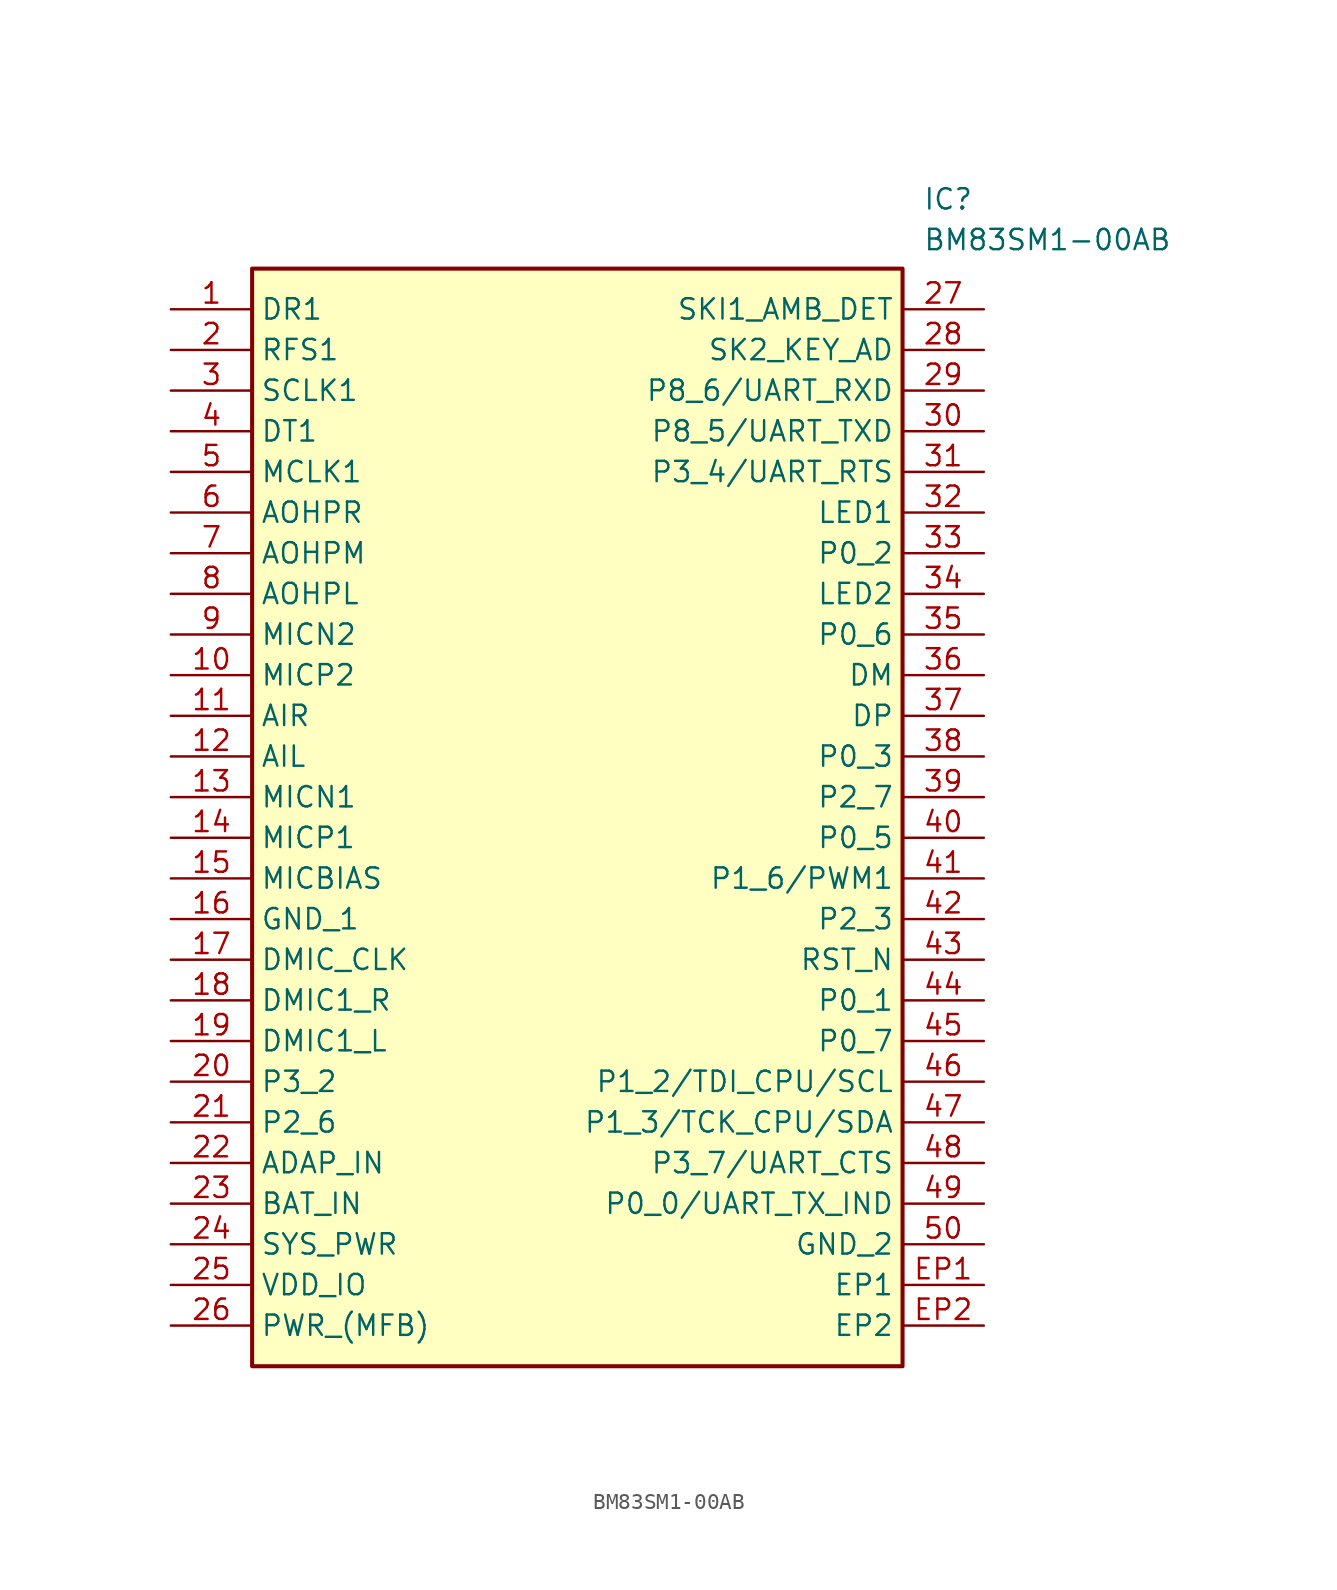
<source format=kicad_sym>
(kicad_symbol_lib
  (version 20211014)
  (generator SamacSys_ECAD_Model)
  (symbol "BM83SM1-00AB"
    (property "Reference" "IC"
      (at 46.99 7.62 0)
      (effects (font (size 1.27 1.27)) (justify left top)))
    (property "Value" "BM83SM1-00AB"
      (at 46.99 5.08 0)
      (effects (font (size 1.27 1.27)) (justify left top)))
    (rectangle
      (start 5.08 2.54)
      (end 45.72 -66.04)
      (stroke (width 0.254) (type default))
      (fill (type background)))
    (pin passive line
      (at 0 0 0)
      (length 5.08)
      (name "DR1" (effects (font (size 1.27 1.27))))
      (number "1" (effects (font (size 1.27 1.27)))))
    (pin passive line
      (at 0 -2.54 0)
      (length 5.08)
      (name "RFS1" (effects (font (size 1.27 1.27))))
      (number "2" (effects (font (size 1.27 1.27)))))
    (pin passive line
      (at 0 -5.08 0)
      (length 5.08)
      (name "SCLK1" (effects (font (size 1.27 1.27))))
      (number "3" (effects (font (size 1.27 1.27)))))
    (pin passive line
      (at 0 -7.62 0)
      (length 5.08)
      (name "DT1" (effects (font (size 1.27 1.27))))
      (number "4" (effects (font (size 1.27 1.27)))))
    (pin passive line
      (at 0 -10.16 0)
      (length 5.08)
      (name "MCLK1" (effects (font (size 1.27 1.27))))
      (number "5" (effects (font (size 1.27 1.27)))))
    (pin passive line
      (at 0 -12.7 0)
      (length 5.08)
      (name "AOHPR" (effects (font (size 1.27 1.27))))
      (number "6" (effects (font (size 1.27 1.27)))))
    (pin passive line
      (at 0 -15.24 0)
      (length 5.08)
      (name "AOHPM" (effects (font (size 1.27 1.27))))
      (number "7" (effects (font (size 1.27 1.27)))))
    (pin passive line
      (at 0 -17.78 0)
      (length 5.08)
      (name "AOHPL" (effects (font (size 1.27 1.27))))
      (number "8" (effects (font (size 1.27 1.27)))))
    (pin passive line
      (at 0 -20.32 0)
      (length 5.08)
      (name "MICN2" (effects (font (size 1.27 1.27))))
      (number "9" (effects (font (size 1.27 1.27)))))
    (pin passive line
      (at 0 -22.86 0)
      (length 5.08)
      (name "MICP2" (effects (font (size 1.27 1.27))))
      (number "10" (effects (font (size 1.27 1.27)))))
    (pin passive line
      (at 0 -25.4 0)
      (length 5.08)
      (name "AIR" (effects (font (size 1.27 1.27))))
      (number "11" (effects (font (size 1.27 1.27)))))
    (pin passive line
      (at 0 -27.94 0)
      (length 5.08)
      (name "AIL" (effects (font (size 1.27 1.27))))
      (number "12" (effects (font (size 1.27 1.27)))))
    (pin passive line
      (at 0 -30.48 0)
      (length 5.08)
      (name "MICN1" (effects (font (size 1.27 1.27))))
      (number "13" (effects (font (size 1.27 1.27)))))
    (pin passive line
      (at 0 -33.02 0)
      (length 5.08)
      (name "MICP1" (effects (font (size 1.27 1.27))))
      (number "14" (effects (font (size 1.27 1.27)))))
    (pin passive line
      (at 0 -35.56 0)
      (length 5.08)
      (name "MICBIAS" (effects (font (size 1.27 1.27))))
      (number "15" (effects (font (size 1.27 1.27)))))
    (pin passive line
      (at 0 -38.1 0)
      (length 5.08)
      (name "GND_1" (effects (font (size 1.27 1.27))))
      (number "16" (effects (font (size 1.27 1.27)))))
    (pin passive line
      (at 0 -40.64 0)
      (length 5.08)
      (name "DMIC_CLK" (effects (font (size 1.27 1.27))))
      (number "17" (effects (font (size 1.27 1.27)))))
    (pin passive line
      (at 0 -43.18 0)
      (length 5.08)
      (name "DMIC1_R" (effects (font (size 1.27 1.27))))
      (number "18" (effects (font (size 1.27 1.27)))))
    (pin passive line
      (at 0 -45.72 0)
      (length 5.08)
      (name "DMIC1_L" (effects (font (size 1.27 1.27))))
      (number "19" (effects (font (size 1.27 1.27)))))
    (pin passive line
      (at 0 -48.26 0)
      (length 5.08)
      (name "P3_2" (effects (font (size 1.27 1.27))))
      (number "20" (effects (font (size 1.27 1.27)))))
    (pin passive line
      (at 0 -50.8 0)
      (length 5.08)
      (name "P2_6" (effects (font (size 1.27 1.27))))
      (number "21" (effects (font (size 1.27 1.27)))))
    (pin passive line
      (at 0 -53.34 0)
      (length 5.08)
      (name "ADAP_IN" (effects (font (size 1.27 1.27))))
      (number "22" (effects (font (size 1.27 1.27)))))
    (pin passive line
      (at 0 -55.88 0)
      (length 5.08)
      (name "BAT_IN" (effects (font (size 1.27 1.27))))
      (number "23" (effects (font (size 1.27 1.27)))))
    (pin passive line
      (at 0 -58.42 0)
      (length 5.08)
      (name "SYS_PWR" (effects (font (size 1.27 1.27))))
      (number "24" (effects (font (size 1.27 1.27)))))
    (pin passive line
      (at 0 -60.96 0)
      (length 5.08)
      (name "VDD_IO" (effects (font (size 1.27 1.27))))
      (number "25" (effects (font (size 1.27 1.27)))))
    (pin passive line
      (at 0 -63.5 0)
      (length 5.08)
      (name "PWR_(MFB)" (effects (font (size 1.27 1.27))))
      (number "26" (effects (font (size 1.27 1.27)))))
    (pin passive line
      (at 50.8 0 180)
      (length 5.08)
      (name "SKI1_AMB_DET" (effects (font (size 1.27 1.27))))
      (number "27" (effects (font (size 1.27 1.27)))))
    (pin passive line
      (at 50.8 -2.54 180)
      (length 5.08)
      (name "SK2_KEY_AD" (effects (font (size 1.27 1.27))))
      (number "28" (effects (font (size 1.27 1.27)))))
    (pin passive line
      (at 50.8 -5.08 180)
      (length 5.08)
      (name "P8_6/UART_RXD" (effects (font (size 1.27 1.27))))
      (number "29" (effects (font (size 1.27 1.27)))))
    (pin passive line
      (at 50.8 -7.62 180)
      (length 5.08)
      (name "P8_5/UART_TXD" (effects (font (size 1.27 1.27))))
      (number "30" (effects (font (size 1.27 1.27)))))
    (pin passive line
      (at 50.8 -10.16 180)
      (length 5.08)
      (name "P3_4/UART_RTS" (effects (font (size 1.27 1.27))))
      (number "31" (effects (font (size 1.27 1.27)))))
    (pin passive line
      (at 50.8 -12.7 180)
      (length 5.08)
      (name "LED1" (effects (font (size 1.27 1.27))))
      (number "32" (effects (font (size 1.27 1.27)))))
    (pin passive line
      (at 50.8 -15.24 180)
      (length 5.08)
      (name "P0_2" (effects (font (size 1.27 1.27))))
      (number "33" (effects (font (size 1.27 1.27)))))
    (pin passive line
      (at 50.8 -17.78 180)
      (length 5.08)
      (name "LED2" (effects (font (size 1.27 1.27))))
      (number "34" (effects (font (size 1.27 1.27)))))
    (pin passive line
      (at 50.8 -20.32 180)
      (length 5.08)
      (name "P0_6" (effects (font (size 1.27 1.27))))
      (number "35" (effects (font (size 1.27 1.27)))))
    (pin passive line
      (at 50.8 -22.86 180)
      (length 5.08)
      (name "DM" (effects (font (size 1.27 1.27))))
      (number "36" (effects (font (size 1.27 1.27)))))
    (pin passive line
      (at 50.8 -25.4 180)
      (length 5.08)
      (name "DP" (effects (font (size 1.27 1.27))))
      (number "37" (effects (font (size 1.27 1.27)))))
    (pin passive line
      (at 50.8 -27.94 180)
      (length 5.08)
      (name "P0_3" (effects (font (size 1.27 1.27))))
      (number "38" (effects (font (size 1.27 1.27)))))
    (pin passive line
      (at 50.8 -30.48 180)
      (length 5.08)
      (name "P2_7" (effects (font (size 1.27 1.27))))
      (number "39" (effects (font (size 1.27 1.27)))))
    (pin passive line
      (at 50.8 -33.02 180)
      (length 5.08)
      (name "P0_5" (effects (font (size 1.27 1.27))))
      (number "40" (effects (font (size 1.27 1.27)))))
    (pin passive line
      (at 50.8 -35.56 180)
      (length 5.08)
      (name "P1_6/PWM1" (effects (font (size 1.27 1.27))))
      (number "41" (effects (font (size 1.27 1.27)))))
    (pin passive line
      (at 50.8 -38.1 180)
      (length 5.08)
      (name "P2_3" (effects (font (size 1.27 1.27))))
      (number "42" (effects (font (size 1.27 1.27)))))
    (pin passive line
      (at 50.8 -40.64 180)
      (length 5.08)
      (name "RST_N" (effects (font (size 1.27 1.27))))
      (number "43" (effects (font (size 1.27 1.27)))))
    (pin passive line
      (at 50.8 -43.18 180)
      (length 5.08)
      (name "P0_1" (effects (font (size 1.27 1.27))))
      (number "44" (effects (font (size 1.27 1.27)))))
    (pin passive line
      (at 50.8 -45.72 180)
      (length 5.08)
      (name "P0_7" (effects (font (size 1.27 1.27))))
      (number "45" (effects (font (size 1.27 1.27)))))
    (pin passive line
      (at 50.8 -48.26 180)
      (length 5.08)
      (name "P1_2/TDI_CPU/SCL" (effects (font (size 1.27 1.27))))
      (number "46" (effects (font (size 1.27 1.27)))))
    (pin passive line
      (at 50.8 -50.8 180)
      (length 5.08)
      (name "P1_3/TCK_CPU/SDA" (effects (font (size 1.27 1.27))))
      (number "47" (effects (font (size 1.27 1.27)))))
    (pin passive line
      (at 50.8 -53.34 180)
      (length 5.08)
      (name "P3_7/UART_CTS" (effects (font (size 1.27 1.27))))
      (number "48" (effects (font (size 1.27 1.27)))))
    (pin passive line
      (at 50.8 -55.88 180)
      (length 5.08)
      (name "P0_0/UART_TX_IND" (effects (font (size 1.27 1.27))))
      (number "49" (effects (font (size 1.27 1.27)))))
    (pin passive line
      (at 50.8 -58.42 180)
      (length 5.08)
      (name "GND_2" (effects (font (size 1.27 1.27))))
      (number "50" (effects (font (size 1.27 1.27)))))
    (pin passive line
      (at 50.8 -60.96 180)
      (length 5.08)
      (name "EP1" (effects (font (size 1.27 1.27))))
      (number "EP1" (effects (font (size 1.27 1.27)))))
    (pin passive line
      (at 50.8 -63.5 180)
      (length 5.08)
      (name "EP2" (effects (font (size 1.27 1.27))))
      (number "EP2" (effects (font (size 1.27 1.27)))))))
</source>
